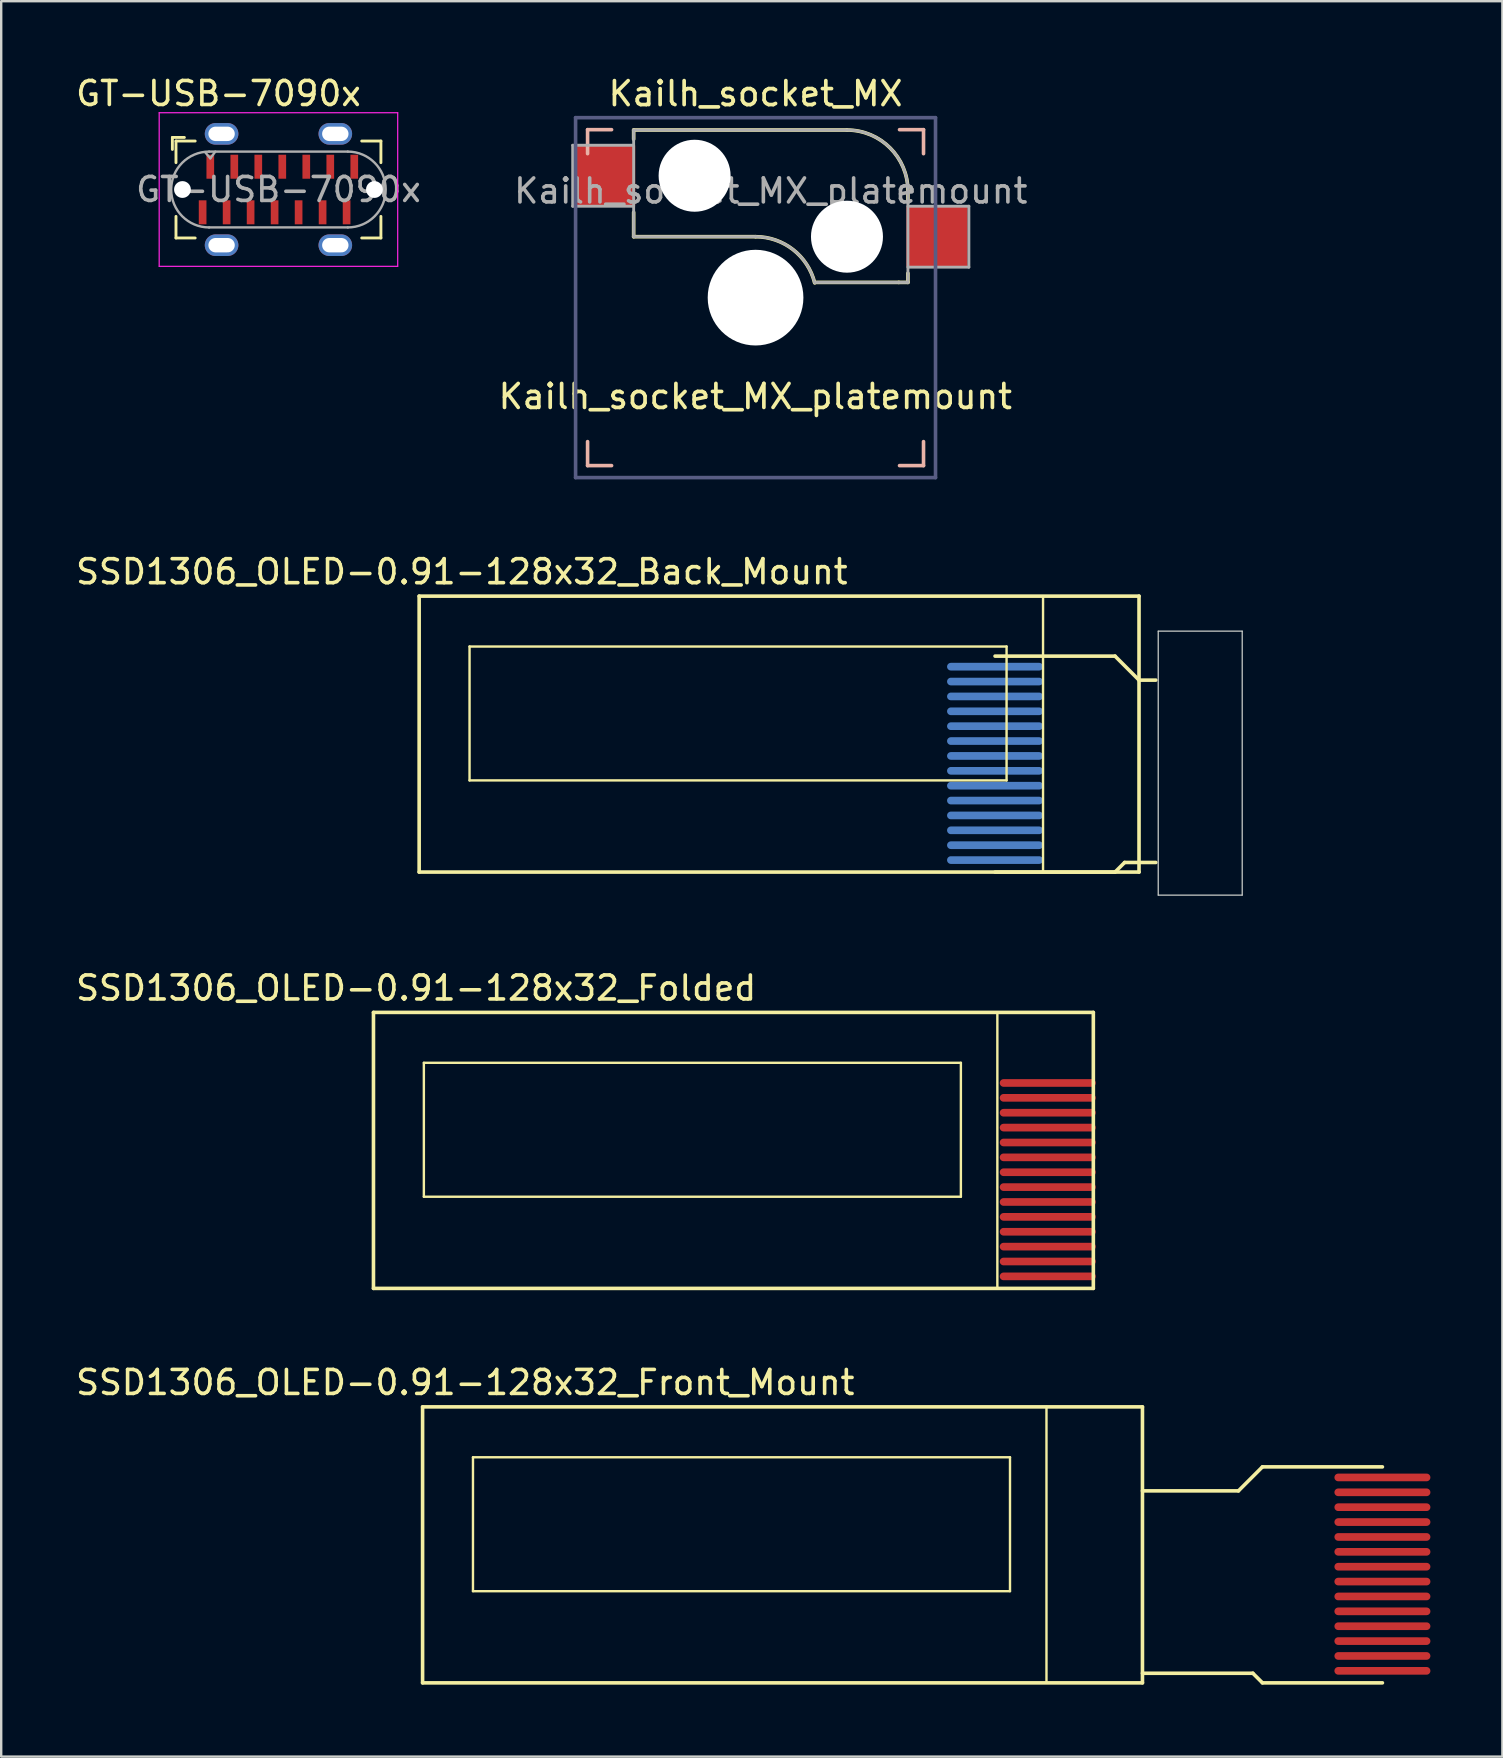
<source format=kicad_pcb>
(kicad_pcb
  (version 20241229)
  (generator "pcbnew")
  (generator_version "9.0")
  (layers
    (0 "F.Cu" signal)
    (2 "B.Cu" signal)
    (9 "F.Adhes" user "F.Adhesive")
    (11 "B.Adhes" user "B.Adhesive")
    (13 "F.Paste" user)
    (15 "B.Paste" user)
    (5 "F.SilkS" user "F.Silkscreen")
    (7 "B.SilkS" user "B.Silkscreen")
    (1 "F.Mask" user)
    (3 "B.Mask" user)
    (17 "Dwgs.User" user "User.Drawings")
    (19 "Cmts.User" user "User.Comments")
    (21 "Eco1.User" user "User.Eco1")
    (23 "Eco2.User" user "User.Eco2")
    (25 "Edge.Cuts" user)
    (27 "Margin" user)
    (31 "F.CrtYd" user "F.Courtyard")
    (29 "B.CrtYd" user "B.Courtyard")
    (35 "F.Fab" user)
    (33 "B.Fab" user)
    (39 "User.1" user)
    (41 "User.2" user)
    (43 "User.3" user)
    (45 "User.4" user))
  (footprint "SSD1306_OLED-0.91-128x32_Back_Mount"
    (layer "F.Cu")
    (at 14.418 21.793)
    (property "Reference" "SSD1306_OLED-0.91-128x32_Back_Mount" (at 1.778 -1.016 0) (layer "F.SilkS") (effects (font (size 1 1) (thickness 0.15))))
    (attr through_hole)
    (fp_line (start 0 0) (end 30 0) (stroke (width 0.15) (type solid)) (layer "F.SilkS"))
    (fp_line (start 0 11.5) (end 0 0) (stroke (width 0.15) (type solid)) (layer "F.SilkS"))
    (fp_line (start 0 11.5) (end 30 11.5) (stroke (width 0.15) (type solid)) (layer "F.SilkS"))
    (fp_line (start 2.1 2.1) (end 2.1 7.68) (stroke (width 0.1) (type solid)) (layer "F.SilkS"))
    (fp_line (start 2.1 2.1) (end 24.48 2.1) (stroke (width 0.1) (type solid)) (layer "F.SilkS"))
    (fp_line (start 2.1 7.68) (end 24.48 7.68) (stroke (width 0.1) (type solid)) (layer "F.SilkS"))
    (fp_line (start 24 2.5) (end 29 2.5) (stroke (width 0.15) (type solid)) (layer "F.SilkS"))
    (fp_line (start 24 11.5) (end 29 11.5) (stroke (width 0.15) (type solid)) (layer "F.SilkS"))
    (fp_line (start 24.48 2.1) (end 24.48 7.68) (stroke (width 0.1) (type solid)) (layer "F.SilkS"))
    (fp_line (start 26 0) (end 26 11.5) (stroke (width 0.1) (type solid)) (layer "F.SilkS"))
    (fp_line (start 29 2.5) (end 30 3.5) (stroke (width 0.15) (type solid)) (layer "F.SilkS"))
    (fp_line (start 29 11.5) (end 29.4 11.1) (stroke (width 0.15) (type solid)) (layer "F.SilkS"))
    (fp_line (start 29.4 11.1) (end 30.7 11.1) (stroke (width 0.15) (type solid)) (layer "F.SilkS"))
    (fp_line (start 30 0) (end 30 11.5) (stroke (width 0.15) (type solid)) (layer "F.SilkS"))
    (fp_line (start 30 3.5) (end 30.7 3.5) (stroke (width 0.15) (type solid)) (layer "F.SilkS"))
    (fp_line (start 30.8 1.46) (end 30.8 12.46) (stroke (width 0.05) (type default)) (layer "Edge.Cuts"))
    (fp_line (start 30.8 12.46) (end 34.3 12.46) (stroke (width 0.05) (type default)) (layer "Edge.Cuts"))
    (fp_line (start 34.3 1.46) (end 30.8 1.46) (stroke (width 0.05) (type default)) (layer "Edge.Cuts"))
    (fp_line (start 34.3 12.46) (end 34.3 1.46) (stroke (width 0.05) (type default)) (layer "Edge.Cuts"))
    (pad "1" smd oval (at 24 11) (size 4 0.32) (layers "B.Cu" "B.Mask" "B.Paste"))
    (pad "2" smd oval (at 24 10.38) (size 4 0.32) (layers "B.Cu" "B.Mask" "B.Paste"))
    (pad "3" smd oval (at 24 9.76) (size 4 0.32) (layers "B.Cu" "B.Mask" "B.Paste"))
    (pad "4" smd oval (at 24 9.14) (size 4 0.32) (layers "B.Cu" "B.Mask" "B.Paste"))
    (pad "5" smd oval (at 24 8.52) (size 4 0.32) (layers "B.Cu" "B.Mask" "B.Paste"))
    (pad "6" smd oval (at 24 7.9) (size 4 0.32) (layers "B.Cu" "B.Mask" "B.Paste"))
    (pad "7" smd oval (at 24 7.28) (size 4 0.32) (layers "B.Cu" "B.Mask" "B.Paste"))
    (pad "8" smd oval (at 24 6.66) (size 4 0.32) (layers "B.Cu" "B.Mask" "B.Paste"))
    (pad "9" smd oval (at 24 6.04) (size 4 0.32) (layers "B.Cu" "B.Mask" "B.Paste"))
    (pad "10" smd oval (at 24 5.42) (size 4 0.32) (layers "B.Cu" "B.Mask" "B.Paste"))
    (pad "11" smd oval (at 24 4.8) (size 4 0.32) (layers "B.Cu" "B.Mask" "B.Paste"))
    (pad "12" smd oval (at 24 4.18) (size 4 0.32) (layers "B.Cu" "B.Mask" "B.Paste"))
    (pad "13" smd oval (at 24 3.56) (size 4 0.32) (layers "B.Cu" "B.Mask" "B.Paste"))
    (pad "14" smd oval (at 24 2.94) (size 4 0.32) (layers "B.Cu" "B.Mask" "B.Paste")))
  (footprint "SSD1306_OLED-0.91-128x32_Front_Mount"
    (layer "F.Cu")
    (at 14.561 55.581)
    (property "Reference" "SSD1306_OLED-0.91-128x32_Front_Mount" (at 1.778 -1.016 0) (layer "F.SilkS") (effects (font (size 1 1) (thickness 0.15))))
    (attr smd)
    (fp_line (start 0 0) (end 30 0) (stroke (width 0.15) (type solid)) (layer "F.SilkS"))
    (fp_line (start 0 11.5) (end 0 0) (stroke (width 0.15) (type solid)) (layer "F.SilkS"))
    (fp_line (start 0 11.5) (end 30 11.5) (stroke (width 0.15) (type solid)) (layer "F.SilkS"))
    (fp_line (start 2.1 2.1) (end 2.1 7.68) (stroke (width 0.1) (type solid)) (layer "F.SilkS"))
    (fp_line (start 2.1 2.1) (end 24.48 2.1) (stroke (width 0.1) (type solid)) (layer "F.SilkS"))
    (fp_line (start 2.1 7.68) (end 24.48 7.68) (stroke (width 0.1) (type solid)) (layer "F.SilkS"))
    (fp_line (start 24.48 2.1) (end 24.48 7.68) (stroke (width 0.1) (type solid)) (layer "F.SilkS"))
    (fp_line (start 26 0) (end 26 11.5) (stroke (width 0.1) (type solid)) (layer "F.SilkS"))
    (fp_line (start 30 0) (end 30 11.5) (stroke (width 0.15) (type solid)) (layer "F.SilkS"))
    (fp_line (start 34 3.5) (end 30 3.5) (stroke (width 0.15) (type solid)) (layer "F.SilkS"))
    (fp_line (start 34.6 11.1) (end 30 11.1) (stroke (width 0.15) (type solid)) (layer "F.SilkS"))
    (fp_line (start 35 2.5) (end 34 3.5) (stroke (width 0.15) (type solid)) (layer "F.SilkS"))
    (fp_line (start 35 11.5) (end 34.6 11.1) (stroke (width 0.15) (type solid)) (layer "F.SilkS"))
    (fp_line (start 40 2.5) (end 35 2.5) (stroke (width 0.15) (type solid)) (layer "F.SilkS"))
    (fp_line (start 40 11.5) (end 35 11.5) (stroke (width 0.15) (type solid)) (layer "F.SilkS"))
    (pad "1" smd oval (at 40 11) (size 4 0.32) (layers "F.Cu" "F.Mask" "F.Paste"))
    (pad "2" smd oval (at 40 10.38) (size 4 0.32) (layers "F.Cu" "F.Mask" "F.Paste"))
    (pad "3" smd oval (at 40 9.76) (size 4 0.32) (layers "F.Cu" "F.Mask" "F.Paste"))
    (pad "4" smd oval (at 40 9.14) (size 4 0.32) (layers "F.Cu" "F.Mask" "F.Paste"))
    (pad "5" smd oval (at 40 8.52) (size 4 0.32) (layers "F.Cu" "F.Mask" "F.Paste"))
    (pad "6" smd oval (at 40 7.9) (size 4 0.32) (layers "F.Cu" "F.Mask" "F.Paste"))
    (pad "7" smd oval (at 40 7.28) (size 4 0.32) (layers "F.Cu" "F.Mask" "F.Paste"))
    (pad "8" smd oval (at 40 6.66) (size 4 0.32) (layers "F.Cu" "F.Mask" "F.Paste"))
    (pad "9" smd oval (at 40 6.04) (size 4 0.32) (layers "F.Cu" "F.Mask" "F.Paste"))
    (pad "10" smd oval (at 40 5.42) (size 4 0.32) (layers "F.Cu" "F.Mask" "F.Paste"))
    (pad "11" smd oval (at 40 4.8) (size 4 0.32) (layers "F.Cu" "F.Mask" "F.Paste"))
    (pad "12" smd oval (at 40 4.18) (size 4 0.32) (layers "F.Cu" "F.Mask" "F.Paste"))
    (pad "13" smd oval (at 40 3.56) (size 4 0.32) (layers "F.Cu" "F.Mask" "F.Paste"))
    (pad "14" smd oval (at 40 2.94) (size 4 0.32) (layers "F.Cu" "F.Mask" "F.Paste")))
  (footprint "SSD1306_OLED-0.91-128x32_Folded"
    (layer "F.Cu")
    (at 12.514 39.142)
    (property "Reference" "SSD1306_OLED-0.91-128x32_Folded" (at 1.778 -1.016 0) (layer "F.SilkS") (effects (font (size 1 1) (thickness 0.15))))
    (attr smd)
    (fp_line (start 0 0) (end 30 0) (stroke (width 0.15) (type solid)) (layer "F.SilkS"))
    (fp_line (start 0 11.5) (end 0 0) (stroke (width 0.15) (type solid)) (layer "F.SilkS"))
    (fp_line (start 0 11.5) (end 30 11.5) (stroke (width 0.15) (type solid)) (layer "F.SilkS"))
    (fp_line (start 2.1 2.1) (end 2.1 7.68) (stroke (width 0.1) (type solid)) (layer "F.SilkS"))
    (fp_line (start 2.1 2.1) (end 24.48 2.1) (stroke (width 0.1) (type solid)) (layer "F.SilkS"))
    (fp_line (start 2.1 7.68) (end 24.48 7.68) (stroke (width 0.1) (type solid)) (layer "F.SilkS"))
    (fp_line (start 24.48 2.1) (end 24.48 7.68) (stroke (width 0.1) (type solid)) (layer "F.SilkS"))
    (fp_line (start 26 0) (end 26 11.5) (stroke (width 0.1) (type solid)) (layer "F.SilkS"))
    (fp_line (start 30 0) (end 30 11.5) (stroke (width 0.15) (type solid)) (layer "F.SilkS"))
    (pad "1" smd oval (at 28.1 11) (size 4 0.32) (layers "F.Cu" "F.Mask" "F.Paste"))
    (pad "2" smd oval (at 28.1 10.38) (size 4 0.32) (layers "F.Cu" "F.Mask" "F.Paste"))
    (pad "3" smd oval (at 28.1 9.76) (size 4 0.32) (layers "F.Cu" "F.Mask" "F.Paste"))
    (pad "4" smd oval (at 28.1 9.14) (size 4 0.32) (layers "F.Cu" "F.Mask" "F.Paste"))
    (pad "5" smd oval (at 28.1 8.52) (size 4 0.32) (layers "F.Cu" "F.Mask" "F.Paste"))
    (pad "6" smd oval (at 28.1 7.9) (size 4 0.32) (layers "F.Cu" "F.Mask" "F.Paste"))
    (pad "7" smd oval (at 28.1 7.28) (size 4 0.32) (layers "F.Cu" "F.Mask" "F.Paste"))
    (pad "8" smd oval (at 28.1 6.66) (size 4 0.32) (layers "F.Cu" "F.Mask" "F.Paste"))
    (pad "9" smd oval (at 28.1 6.04) (size 4 0.32) (layers "F.Cu" "F.Mask" "F.Paste"))
    (pad "10" smd oval (at 28.1 5.42) (size 4 0.32) (layers "F.Cu" "F.Mask" "F.Paste"))
    (pad "11" smd oval (at 28.1 4.8) (size 4 0.32) (layers "F.Cu" "F.Mask" "F.Paste"))
    (pad "12" smd oval (at 28.1 4.18) (size 4 0.32) (layers "F.Cu" "F.Mask" "F.Paste"))
    (pad "13" smd oval (at 28.1 3.56) (size 4 0.32) (layers "F.Cu" "F.Mask" "F.Paste"))
    (pad "14" smd oval (at 28.1 2.94) (size 4 0.32) (layers "F.Cu" "F.Mask" "F.Paste")))
  (footprint "GT-USB-7090x"
    (layer "F.Cu")
    (at 8.554 4.848)
    (property "Reference" "GT-USB-7090x" (at -2.5 -4 0) (unlocked yes) (layer "F.SilkS") (effects (font (size 1 1) (thickness 0.15))))
    (attr smd)
    (fp_line (start -4.42 -2.17) (end -4.42 -1.67) (stroke (width 0.12) (type solid)) (layer "F.SilkS"))
    (fp_line (start -4.42 -2.17) (end -3.92 -2.17) (stroke (width 0.12) (type solid)) (layer "F.SilkS"))
    (fp_line (start -4.27 -2.02) (end -4.27 -1.12) (stroke (width 0.12) (type solid)) (layer "F.SilkS"))
    (fp_line (start -4.27 -2.02) (end -3.47 -2.02) (stroke (width 0.12) (type solid)) (layer "F.SilkS"))
    (fp_line (start -4.27 2.02) (end -4.27 1.12) (stroke (width 0.12) (type solid)) (layer "F.SilkS"))
    (fp_line (start -4.27 2.02) (end -3.47 2.02) (stroke (width 0.12) (type solid)) (layer "F.SilkS"))
    (fp_line (start 4.27 -2.02) (end 3.47 -2.02) (stroke (width 0.12) (type solid)) (layer "F.SilkS"))
    (fp_line (start 4.27 -2.02) (end 4.27 -1.12) (stroke (width 0.12) (type solid)) (layer "F.SilkS"))
    (fp_line (start 4.27 2.02) (end 3.47 2.02) (stroke (width 0.12) (type solid)) (layer "F.SilkS"))
    (fp_line (start 4.27 2.02) (end 4.27 1.12) (stroke (width 0.12) (type solid)) (layer "F.SilkS"))
    (fp_line (start -4.97 -3.2) (end -4.97 3.2) (stroke (width 0.05) (type solid)) (layer "F.CrtYd"))
    (fp_line (start -4.97 3.2) (end 4.97 3.2) (stroke (width 0.05) (type solid)) (layer "F.CrtYd"))
    (fp_line (start 4.97 -3.2) (end -4.97 -3.2) (stroke (width 0.05) (type solid)) (layer "F.CrtYd"))
    (fp_line (start 4.97 3.2) (end 4.97 -3.2) (stroke (width 0.05) (type solid)) (layer "F.CrtYd"))
    (fp_line (start -2.89 1.58) (end 2.89 1.58) (stroke (width 0.1) (type solid)) (layer "F.Fab"))
    (fp_line (start -2.84 -1.3) (end -3.06 -1.56) (stroke (width 0.1) (type solid)) (layer "F.Fab"))
    (fp_line (start -2.63 -1.58) (end -2.84 -1.3) (stroke (width 0.1) (type solid)) (layer "F.Fab"))
    (fp_line (start 2.89 -1.58) (end -2.89 -1.58) (stroke (width 0.1) (type solid)) (layer "F.Fab"))
    (fp_arc (start -2.89 1.58) (mid -4.47 0) (end -2.89 -1.58) (stroke (width 0.1) (type solid)) (layer "F.Fab"))
    (fp_arc (start 2.89 -1.58) (mid 4.47 0) (end 2.89 1.58) (stroke (width 0.1) (type solid)) (layer "F.Fab"))
    (fp_text user "${REFERENCE}" (at 0 0 0) (unlocked yes) (layer "F.Fab") (effects (font (size 1 1) (thickness 0.15))))
    (pad "" np_thru_hole circle (at -4 0) (size 0.7 0.7) (drill 0.7) (layers "*.Cu" "*.Mask"))
    (pad "" np_thru_hole circle (at 4 0) (size 0.7 0.7) (drill 0.7) (layers "*.Cu" "*.Mask"))
    (pad "A1" smd rect (at -2.84 -0.95) (size 0.32 1) (layers "F.Cu" "F.Mask" "F.Paste"))
    (pad "A4" smd rect (at -1.84 -0.95) (size 0.32 1) (layers "F.Cu" "F.Mask" "F.Paste"))
    (pad "A5" smd rect (at -0.84 -0.95) (size 0.32 1) (layers "F.Cu" "F.Mask" "F.Paste"))
    (pad "A6" smd rect (at 0.16 -0.95) (size 0.32 1) (layers "F.Cu" "F.Mask" "F.Paste"))
    (pad "A7" smd rect (at 1.16 -0.95) (size 0.32 1) (layers "F.Cu" "F.Mask" "F.Paste"))
    (pad "A9" smd rect (at 2.16 -0.95) (size 0.32 1) (layers "F.Cu" "F.Mask" "F.Paste"))
    (pad "A12" smd rect (at 3.16 -0.95) (size 0.32 1) (layers "F.Cu" "F.Mask" "F.Paste"))
    (pad "B1" smd rect (at 2.84 0.95) (size 0.32 1) (layers "F.Cu" "F.Mask" "F.Paste"))
    (pad "B4" smd rect (at 1.84 0.95) (size 0.32 1) (layers "F.Cu" "F.Mask" "F.Paste"))
    (pad "B5" smd rect (at 0.84 0.95) (size 0.32 1) (layers "F.Cu" "F.Mask" "F.Paste"))
    (pad "B6" smd rect (at -0.16 0.95) (size 0.32 1) (layers "F.Cu" "F.Mask" "F.Paste"))
    (pad "B7" smd rect (at -1.16 0.95) (size 0.32 1) (layers "F.Cu" "F.Mask" "F.Paste"))
    (pad "B9" smd rect (at -2.16 0.95) (size 0.32 1) (layers "F.Cu" "F.Mask" "F.Paste"))
    (pad "B12" smd rect (at -3.16 0.95) (size 0.32 1) (layers "F.Cu" "F.Mask" "F.Paste"))
    (pad "S1" thru_hole oval (at -2.37 -2.32) (size 1.4 0.9) (drill oval 1.1 0.6) (layers "*.Cu" "*.Mask" "F.Paste"))
    (pad "S1" thru_hole oval (at -2.37 2.32) (size 1.4 0.9) (drill oval 1.1 0.6) (layers "*.Cu" "*.Mask" "F.Paste"))
    (pad "S1" thru_hole oval (at 2.37 -2.32) (size 1.4 0.9) (drill oval 1.1 0.6) (layers "*.Cu" "*.Mask" "F.Paste"))
    (pad "S1" thru_hole oval (at 2.37 2.32) (size 1.4 0.9) (drill oval 1.1 0.6) (layers "*.Cu" "*.Mask" "F.Paste")))
  (footprint "Kailh_socket_MX_platemount"
    (layer "F.Cu")
    (at 28.437 9.354)
    (property "Reference" "Kailh_socket_MX_platemount" (at -0.01 4.12 0) (layer "F.SilkS") (effects (font (size 1 1) (thickness 0.153))))
    (property "Value" "Kailh_socket_MX" (at 0 6 0) (layer "B.Fab") (hide yes) (effects (font (size 1 1) (thickness 0.15)) (justify mirror)))
    (attr smd)
    (fp_line (start -5.08 -6.985) (end -5.08 -6.604) (stroke (width 0.15) (type solid)) (layer "F.SilkS"))
    (fp_line (start -5.08 -3.556) (end -5.08 -2.54) (stroke (width 0.15) (type solid)) (layer "F.SilkS"))
    (fp_line (start -5.08 -2.54) (end 0 -2.54) (stroke (width 0.15) (type solid)) (layer "F.SilkS"))
    (fp_line (start 2.464 -0.635) (end 5.969 -0.635) (stroke (width 0.15) (type solid)) (layer "F.SilkS"))
    (fp_line (start 3.81 -6.985) (end -5.08 -6.985) (stroke (width 0.15) (type solid)) (layer "F.SilkS"))
    (fp_line (start 5.969 -0.635) (end 6.35 -0.635) (stroke (width 0.15) (type solid)) (layer "F.SilkS"))
    (fp_line (start 6.35 -4.445) (end 6.35 -4.064) (stroke (width 0.15) (type solid)) (layer "F.SilkS"))
    (fp_line (start 6.35 -1.016) (end 6.35 -0.635) (stroke (width 0.15) (type solid)) (layer "F.SilkS"))
    (fp_arc (start 0 -2.54) (mid 1.563147 -2.002042) (end 2.464162 -0.61604) (stroke (width 0.15) (type solid)) (layer "F.SilkS"))
    (fp_arc (start 3.81 -6.985) (mid 5.606051 -6.241051) (end 6.35 -4.445) (stroke (width 0.15) (type solid)) (layer "F.SilkS"))
    (fp_line (start -7 -7) (end -7 -6) (stroke (width 0.15) (type solid)) (layer "B.SilkS"))
    (fp_line (start -7 -7) (end -6 -7) (stroke (width 0.15) (type solid)) (layer "B.SilkS"))
    (fp_line (start -7 6) (end -7 7) (stroke (width 0.15) (type solid)) (layer "B.SilkS"))
    (fp_line (start -6 7) (end -7 7) (stroke (width 0.15) (type solid)) (layer "B.SilkS"))
    (fp_line (start 6 -7) (end 7 -7) (stroke (width 0.15) (type solid)) (layer "B.SilkS"))
    (fp_line (start 7 -6) (end 7 -7) (stroke (width 0.15) (type solid)) (layer "B.SilkS"))
    (fp_line (start 7 7) (end 6 7) (stroke (width 0.15) (type solid)) (layer "B.SilkS"))
    (fp_line (start 7 7) (end 7 6) (stroke (width 0.15) (type solid)) (layer "B.SilkS"))
    (fp_line (start -6.9 -6.9) (end -6.9 6.9) (stroke (width 0.15) (type solid)) (layer "Eco2.User"))
    (fp_line (start -6.9 -6.9) (end 6.9 -6.9) (stroke (width 0.15) (type solid)) (layer "Eco2.User"))
    (fp_line (start 6.9 6.9) (end -6.9 6.9) (stroke (width 0.15) (type solid)) (layer "Eco2.User"))
    (fp_line (start 6.9 6.9) (end 6.9 -6.9) (stroke (width 0.15) (type solid)) (layer "Eco2.User"))
    (fp_line (start -7.5 -7.5) (end -7.5 7.5) (stroke (width 0.15) (type solid)) (layer "B.Fab"))
    (fp_line (start -7.5 7.5) (end 7.5 7.5) (stroke (width 0.15) (type solid)) (layer "B.Fab"))
    (fp_line (start 7.5 -7.5) (end -7.5 -7.5) (stroke (width 0.15) (type solid)) (layer "B.Fab"))
    (fp_line (start 7.5 7.5) (end 7.5 -7.5) (stroke (width 0.15) (type solid)) (layer "B.Fab"))
    (fp_line (start -7.62 -6.35) (end -7.62 -3.81) (stroke (width 0.12) (type solid)) (layer "F.Fab"))
    (fp_line (start -7.62 -3.81) (end -5.08 -3.81) (stroke (width 0.12) (type solid)) (layer "F.Fab"))
    (fp_line (start -5.08 -6.985) (end -5.08 -2.54) (stroke (width 0.12) (type solid)) (layer "F.Fab"))
    (fp_line (start -5.08 -6.35) (end -7.62 -6.35) (stroke (width 0.12) (type solid)) (layer "F.Fab"))
    (fp_line (start -5.08 -2.54) (end 0 -2.54) (stroke (width 0.12) (type solid)) (layer "F.Fab"))
    (fp_line (start 3.81 -6.985) (end -5.08 -6.985) (stroke (width 0.12) (type solid)) (layer "F.Fab"))
    (fp_line (start 6.35 -1.27) (end 8.89 -1.27) (stroke (width 0.12) (type solid)) (layer "F.Fab"))
    (fp_line (start 6.35 -0.635) (end 2.54 -0.635) (stroke (width 0.12) (type solid)) (layer "F.Fab"))
    (fp_line (start 6.35 -0.635) (end 6.35 -4.445) (stroke (width 0.12) (type solid)) (layer "F.Fab"))
    (fp_line (start 8.89 -3.81) (end 6.35 -3.81) (stroke (width 0.12) (type solid)) (layer "F.Fab"))
    (fp_line (start 8.89 -1.27) (end 8.89 -3.81) (stroke (width 0.12) (type solid)) (layer "F.Fab"))
    (fp_arc (start 0 -2.54) (mid 1.563147 -2.002042) (end 2.464162 -0.61604) (stroke (width 0.12) (type solid)) (layer "F.Fab"))
    (fp_arc (start 3.81 -6.985) (mid 5.606051 -6.241051) (end 6.35 -4.445) (stroke (width 0.12) (type solid)) (layer "F.Fab"))
    (fp_text user "${VALUE}" (at 0 -8.5 0) (layer "F.SilkS") (effects (font (size 1 1) (thickness 0.153))))
    (fp_text user "${REFERENCE}" (at 0.635 -4.445 0) (layer "F.Fab") (effects (font (size 1 1) (thickness 0.15))))
    (pad "" np_thru_hole circle (at -2.54 -5.08) (size 3 3) (drill 3) (layers "*.Cu" "*.Mask"))
    (pad "" np_thru_hole circle (at 0 0) (size 3.988 3.988) (drill 3.988) (layers "*.Cu" "*.Mask"))
    (pad "" np_thru_hole circle (at 3.81 -2.54) (size 3 3) (drill 3) (layers "*.Cu" "*.Mask"))
    (pad "1" smd rect (at 7.56 -2.54) (size 2.55 2.5) (layers "F.Cu" "F.Mask" "F.Paste"))
    (pad "2" smd rect (at -6.29 -5.08) (size 2.55 2.5) (layers "F.Cu" "F.Mask" "F.Paste")))
  (gr_rect
    (start -3 -3)
    (end 59.561 70.156)
    (stroke (width 0.1) (type default))
    (fill no)
    (layer "Edge.Cuts")))
</source>
